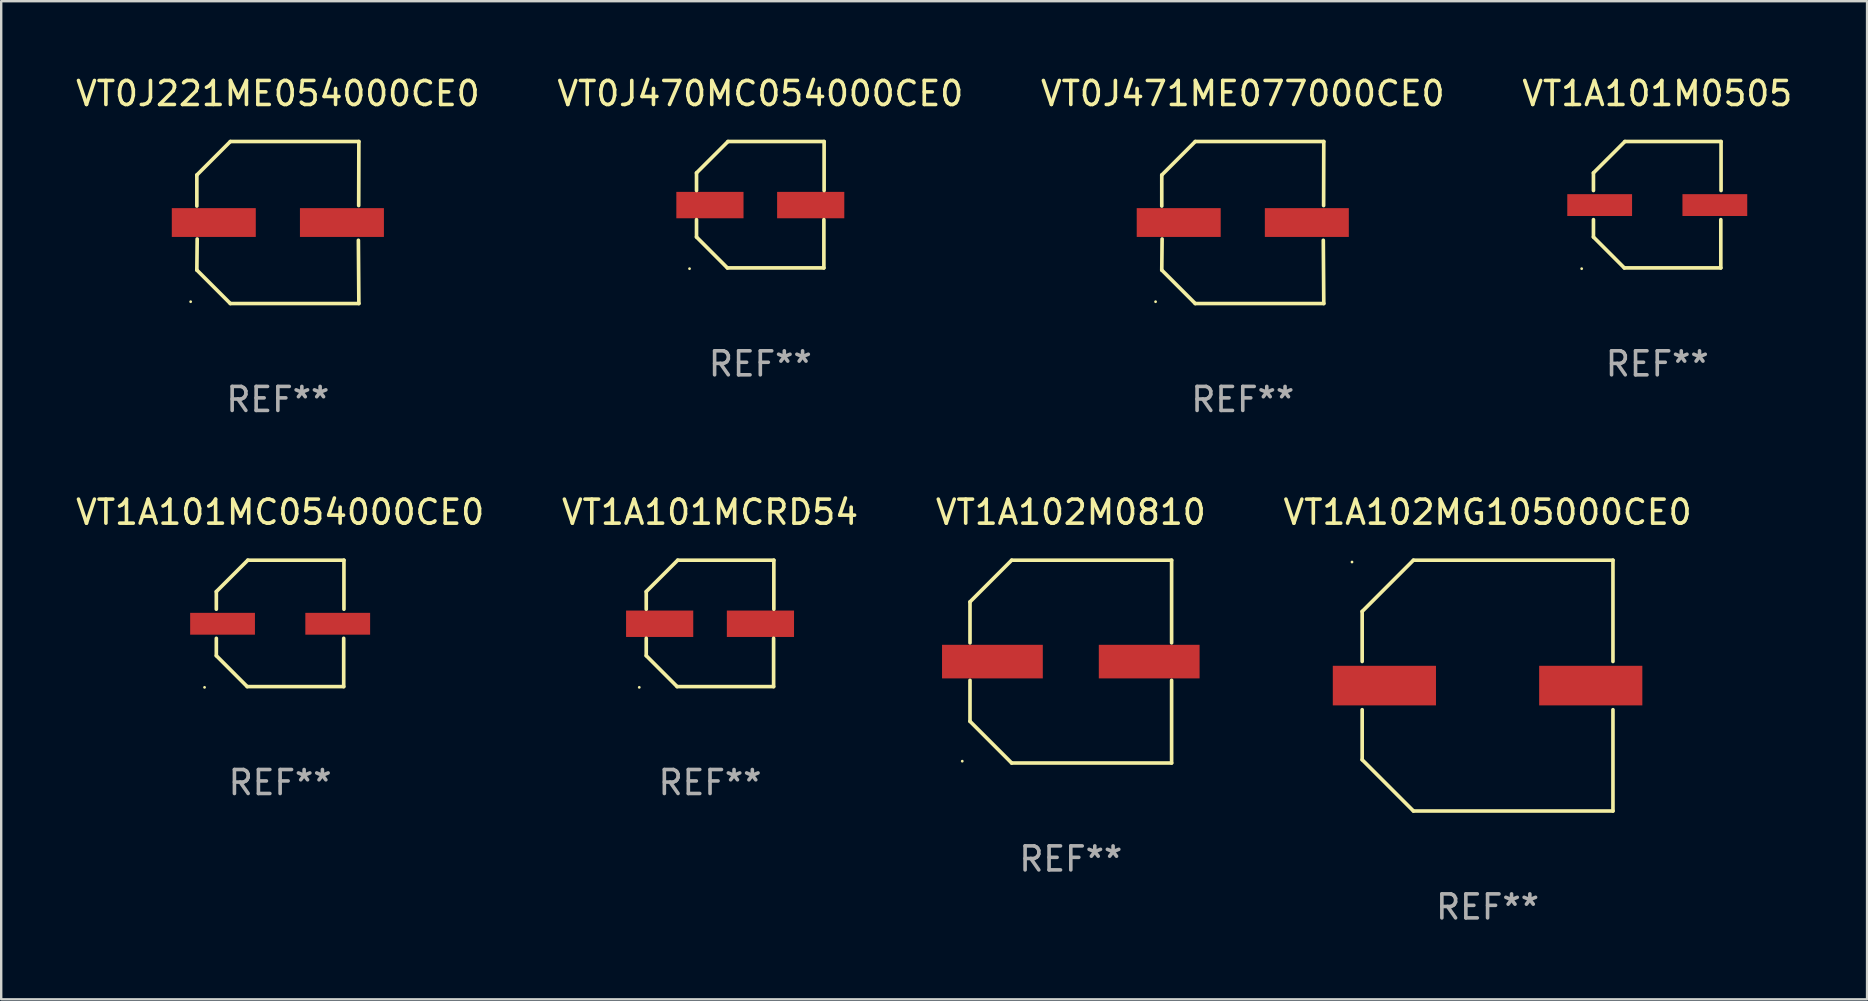
<source format=kicad_pcb>
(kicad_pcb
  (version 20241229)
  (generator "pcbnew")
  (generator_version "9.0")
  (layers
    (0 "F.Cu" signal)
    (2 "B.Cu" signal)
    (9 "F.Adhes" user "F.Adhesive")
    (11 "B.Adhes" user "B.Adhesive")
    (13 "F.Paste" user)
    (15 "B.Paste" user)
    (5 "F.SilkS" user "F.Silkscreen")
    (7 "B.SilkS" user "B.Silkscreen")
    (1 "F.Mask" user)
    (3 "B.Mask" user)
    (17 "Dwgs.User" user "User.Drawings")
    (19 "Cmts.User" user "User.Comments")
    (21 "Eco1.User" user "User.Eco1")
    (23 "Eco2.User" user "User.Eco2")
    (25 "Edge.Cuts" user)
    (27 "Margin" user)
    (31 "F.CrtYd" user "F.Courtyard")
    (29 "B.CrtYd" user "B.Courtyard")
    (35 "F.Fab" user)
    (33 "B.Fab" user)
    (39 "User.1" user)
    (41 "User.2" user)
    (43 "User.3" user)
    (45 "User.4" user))
  (footprint "VT1A102MG105000CE0"
    (layer "F.Cu")
    (at 58.946 25.523)
    (property "Reference" "VT1A102MG105000CE0" (at 0 -7.226 0) (layer "F.SilkS") (effects (font (size 1 1) (thickness 0.15))))
    (attr through_hole)
    (fp_line (start -5.226 -3.09) (end -5.226 -1.005) (stroke (width 0.152) (type solid)) (layer "F.SilkS"))
    (fp_line (start -5.226 1.005) (end -5.226 3.09) (stroke (width 0.152) (type solid)) (layer "F.SilkS"))
    (fp_line (start -3.09 -5.226) (end -5.226 -3.09) (stroke (width 0.152) (type solid)) (layer "F.SilkS"))
    (fp_line (start -3.09 5.226) (end -5.226 3.09) (stroke (width 0.152) (type solid)) (layer "F.SilkS"))
    (fp_line (start 5.226 -5.226) (end -3.09 -5.226) (stroke (width 0.152) (type solid)) (layer "F.SilkS"))
    (fp_line (start 5.226 -1.005) (end 5.226 -5.226) (stroke (width 0.152) (type solid)) (layer "F.SilkS"))
    (fp_line (start 5.226 5.226) (end -3.09 5.226) (stroke (width 0.152) (type solid)) (layer "F.SilkS"))
    (fp_line (start 5.226 5.226) (end 5.226 1.005) (stroke (width 0.152) (type solid)) (layer "F.SilkS"))
    (fp_circle (center -5.65 -5.15) (end -5.62 -5.15) (stroke (width 0.06) (type solid)) (fill no) (layer "F.SilkS"))
    (fp_text user "REF**" (at 0 9.226 0) (layer "F.Fab") (effects (font (size 1 1) (thickness 0.15))))
    (pad "1" smd rect (at -4.3 -0.000102) (size 4.3 1.65) (layers "F.Cu" "F.Mask" "F.Paste"))
    (pad "2" smd rect (at 4.3 -0.000102) (size 4.3 1.65) (layers "F.Cu" "F.Mask" "F.Paste")))
  (footprint "VT1A102M0810"
    (layer "F.Cu")
    (at 41.577 24.523)
    (property "Reference" "VT1A102M0810" (at 0 -6.226 0) (layer "F.SilkS") (effects (font (size 1 1) (thickness 0.15))))
    (attr through_hole)
    (fp_line (start -4.201 -2.49) (end -4.201 -0.782) (stroke (width 0.152) (type solid)) (layer "F.SilkS"))
    (fp_line (start -4.201 2.49) (end -4.201 0.782) (stroke (width 0.152) (type solid)) (layer "F.SilkS"))
    (fp_line (start -2.465 -4.226) (end -4.201 -2.49) (stroke (width 0.152) (type solid)) (layer "F.SilkS"))
    (fp_line (start -2.465 4.226) (end -4.201 2.49) (stroke (width 0.152) (type solid)) (layer "F.SilkS"))
    (fp_line (start 4.201 -4.226) (end -2.465 -4.226) (stroke (width 0.152) (type solid)) (layer "F.SilkS"))
    (fp_line (start 4.201 -0.782) (end 4.201 -4.226) (stroke (width 0.152) (type solid)) (layer "F.SilkS"))
    (fp_line (start 4.201 0.782) (end 4.201 4.226) (stroke (width 0.152) (type solid)) (layer "F.SilkS"))
    (fp_line (start 4.201 4.226) (end -2.465 4.226) (stroke (width 0.152) (type solid)) (layer "F.SilkS"))
    (fp_circle (center -4.524 4.15) (end -4.494 4.15) (stroke (width 0.06) (type solid)) (fill no) (layer "F.SilkS"))
    (fp_text user "REF**" (at 0 8.226 0) (layer "F.Fab") (effects (font (size 1 1) (thickness 0.15))))
    (pad "1" smd rect (at -3.267 0) (size 4.2 1.4) (layers "F.Cu" "F.Mask" "F.Paste"))
    (pad "2" smd rect (at 3.267 0) (size 4.2 1.4) (layers "F.Cu" "F.Mask" "F.Paste")))
  (footprint "VT1A101MC054000CE0"
    (layer "F.Cu")
    (at 8.625 22.931)
    (property "Reference" "VT1A101MC054000CE0" (at 0 -4.634 0) (layer "F.SilkS") (effects (font (size 1 1) (thickness 0.15))))
    (attr through_hole)
    (fp_line (start -2.659 -1.326) (end -2.659 -0.592) (stroke (width 0.152) (type solid)) (layer "F.SilkS"))
    (fp_line (start -2.659 1.346) (end -2.659 0.622) (stroke (width 0.152) (type solid)) (layer "F.SilkS"))
    (fp_line (start -1.372 2.634) (end -2.659 1.346) (stroke (width 0.152) (type solid)) (layer "F.SilkS"))
    (fp_line (start -1.349 -2.634) (end -2.659 -1.326) (stroke (width 0.152) (type solid)) (layer "F.SilkS"))
    (fp_line (start 2.649 0.622) (end 2.649 2.634) (stroke (width 0.152) (type solid)) (layer "F.SilkS"))
    (fp_line (start 2.649 2.634) (end -1.372 2.634) (stroke (width 0.152) (type solid)) (layer "F.SilkS"))
    (fp_line (start 2.659 -2.634) (end -1.349 -2.634) (stroke (width 0.152) (type solid)) (layer "F.SilkS"))
    (fp_line (start 2.659 -0.592) (end 2.659 -2.634) (stroke (width 0.152) (type solid)) (layer "F.SilkS"))
    (fp_circle (center -3.15 2.665) (end -3.12 2.665) (stroke (width 0.06) (type solid)) (fill no) (layer "F.SilkS"))
    (fp_text user "REF**" (at 0 6.634 0) (layer "F.Fab") (effects (font (size 1 1) (thickness 0.15))))
    (pad "1" smd rect (at -2.4 0.015) (size 2.7 0.91) (layers "F.Cu" "F.Mask" "F.Paste"))
    (pad "2" smd rect (at 2.4 0.015) (size 2.7 0.91) (layers "F.Cu" "F.Mask" "F.Paste")))
  (footprint "VT1A101M0505"
    (layer "F.Cu")
    (at 66.018 5.482)
    (property "Reference" "VT1A101M0505" (at 0 -4.634 0) (layer "F.SilkS") (effects (font (size 1 1) (thickness 0.15))))
    (attr through_hole)
    (fp_line (start -2.659 -1.326) (end -2.659 -0.592) (stroke (width 0.152) (type solid)) (layer "F.SilkS"))
    (fp_line (start -2.659 1.346) (end -2.659 0.622) (stroke (width 0.152) (type solid)) (layer "F.SilkS"))
    (fp_line (start -1.372 2.634) (end -2.659 1.346) (stroke (width 0.152) (type solid)) (layer "F.SilkS"))
    (fp_line (start -1.349 -2.634) (end -2.659 -1.326) (stroke (width 0.152) (type solid)) (layer "F.SilkS"))
    (fp_line (start 2.649 0.622) (end 2.649 2.634) (stroke (width 0.152) (type solid)) (layer "F.SilkS"))
    (fp_line (start 2.649 2.634) (end -1.372 2.634) (stroke (width 0.152) (type solid)) (layer "F.SilkS"))
    (fp_line (start 2.659 -2.634) (end -1.349 -2.634) (stroke (width 0.152) (type solid)) (layer "F.SilkS"))
    (fp_line (start 2.659 -0.592) (end 2.659 -2.634) (stroke (width 0.152) (type solid)) (layer "F.SilkS"))
    (fp_circle (center -3.15 2.665) (end -3.12 2.665) (stroke (width 0.06) (type solid)) (fill no) (layer "F.SilkS"))
    (fp_text user "REF**" (at 0 6.634 0) (layer "F.Fab") (effects (font (size 1 1) (thickness 0.15))))
    (pad "1" smd rect (at -2.4 0.015) (size 2.7 0.91) (layers "F.Cu" "F.Mask" "F.Paste"))
    (pad "2" smd rect (at 2.4 0.015) (size 2.7 0.91) (layers "F.Cu" "F.Mask" "F.Paste")))
  (footprint "VT0J471ME077000CE0"
    (layer "F.Cu")
    (at 48.744 6.224)
    (property "Reference" "VT0J471ME077000CE0" (at 0 -5.376 0) (layer "F.SilkS") (effects (font (size 1 1) (thickness 0.15))))
    (attr through_hole)
    (fp_line (start -3.376 -1.98) (end -3.376 -0.686) (stroke (width 0.152) (type solid)) (layer "F.SilkS"))
    (fp_line (start -3.376 1.981) (end -3.362 0.686) (stroke (width 0.152) (type solid)) (layer "F.SilkS"))
    (fp_line (start -1.981 3.376) (end -3.376 1.981) (stroke (width 0.152) (type solid)) (layer "F.SilkS"))
    (fp_line (start -1.98 -3.376) (end -3.376 -1.98) (stroke (width 0.152) (type solid)) (layer "F.SilkS"))
    (fp_line (start 3.356 0.74) (end 3.376 3.376) (stroke (width 0.152) (type solid)) (layer "F.SilkS"))
    (fp_line (start 3.369 -0.707) (end 3.376 -3.376) (stroke (width 0.152) (type solid)) (layer "F.SilkS"))
    (fp_line (start 3.376 3.376) (end -1.981 3.376) (stroke (width 0.152) (type solid)) (layer "F.SilkS"))
    (fp_line (start 3.376 -3.376) (end -1.98 -3.376) (stroke (width 0.152) (type solid)) (layer "F.SilkS"))
    (fp_circle (center -3.634 3.3) (end -3.604 3.3) (stroke (width 0.06) (type solid)) (fill no) (layer "F.SilkS"))
    (fp_text user "REF**" (at 0 7.376 0) (layer "F.Fab") (effects (font (size 1 1) (thickness 0.15))))
    (pad "1" smd rect (at -2.67 0.000254) (size 3.5 1.2) (layers "F.Cu" "F.Mask" "F.Paste"))
    (pad "2" smd rect (at 2.67 0.000254) (size 3.5 1.2) (layers "F.Cu" "F.Mask" "F.Paste")))
  (footprint "VT0J221ME054000CE0"
    (layer "F.Cu")
    (at 8.53 6.224)
    (property "Reference" "VT0J221ME054000CE0" (at 0 -5.376 0) (layer "F.SilkS") (effects (font (size 1 1) (thickness 0.15))))
    (attr through_hole)
    (fp_line (start -3.376 -1.98) (end -3.376 -0.686) (stroke (width 0.152) (type solid)) (layer "F.SilkS"))
    (fp_line (start -3.376 1.981) (end -3.362 0.686) (stroke (width 0.152) (type solid)) (layer "F.SilkS"))
    (fp_line (start -1.981 3.376) (end -3.376 1.981) (stroke (width 0.152) (type solid)) (layer "F.SilkS"))
    (fp_line (start -1.98 -3.376) (end -3.376 -1.98) (stroke (width 0.152) (type solid)) (layer "F.SilkS"))
    (fp_line (start 3.356 0.74) (end 3.376 3.376) (stroke (width 0.152) (type solid)) (layer "F.SilkS"))
    (fp_line (start 3.369 -0.707) (end 3.376 -3.376) (stroke (width 0.152) (type solid)) (layer "F.SilkS"))
    (fp_line (start 3.376 3.376) (end -1.981 3.376) (stroke (width 0.152) (type solid)) (layer "F.SilkS"))
    (fp_line (start 3.376 -3.376) (end -1.98 -3.376) (stroke (width 0.152) (type solid)) (layer "F.SilkS"))
    (fp_circle (center -3.634 3.3) (end -3.604 3.3) (stroke (width 0.06) (type solid)) (fill no) (layer "F.SilkS"))
    (fp_text user "REF**" (at 0 7.376 0) (layer "F.Fab") (effects (font (size 1 1) (thickness 0.15))))
    (pad "1" smd rect (at -2.67 0.000254) (size 3.5 1.2) (layers "F.Cu" "F.Mask" "F.Paste"))
    (pad "2" smd rect (at 2.67 0.000254) (size 3.5 1.2) (layers "F.Cu" "F.Mask" "F.Paste")))
  (footprint "VT0J470MC054000CE0"
    (layer "F.Cu")
    (at 28.637 5.482)
    (property "Reference" "VT0J470MC054000CE0" (at 0 -4.634 0) (layer "F.SilkS") (effects (font (size 1 1) (thickness 0.15))))
    (attr through_hole)
    (fp_line (start -2.659 -1.326) (end -2.659 -0.592) (stroke (width 0.152) (type solid)) (layer "F.SilkS"))
    (fp_line (start -2.659 1.346) (end -2.659 0.622) (stroke (width 0.152) (type solid)) (layer "F.SilkS"))
    (fp_line (start -1.372 2.634) (end -2.659 1.346) (stroke (width 0.152) (type solid)) (layer "F.SilkS"))
    (fp_line (start -1.349 -2.634) (end -2.659 -1.326) (stroke (width 0.152) (type solid)) (layer "F.SilkS"))
    (fp_line (start 2.649 0.622) (end 2.649 2.634) (stroke (width 0.152) (type solid)) (layer "F.SilkS"))
    (fp_line (start 2.649 2.634) (end -1.372 2.634) (stroke (width 0.152) (type solid)) (layer "F.SilkS"))
    (fp_line (start 2.659 -2.634) (end -1.349 -2.634) (stroke (width 0.152) (type solid)) (layer "F.SilkS"))
    (fp_line (start 2.659 -0.592) (end 2.659 -2.634) (stroke (width 0.152) (type solid)) (layer "F.SilkS"))
    (fp_circle (center -2.95 2.665) (end -2.92 2.665) (stroke (width 0.06) (type solid)) (fill no) (layer "F.SilkS"))
    (fp_text user "REF**" (at 0 6.634 0) (layer "F.Fab") (effects (font (size 1 1) (thickness 0.15))))
    (pad "1" smd rect (at -2.1 0.015) (size 2.8 1.1) (layers "F.Cu" "F.Mask" "F.Paste"))
    (pad "2" smd rect (at 2.1 0.015) (size 2.8 1.1) (layers "F.Cu" "F.Mask" "F.Paste")))
  (footprint "VT1A101MCRD54"
    (layer "F.Cu")
    (at 26.542 22.931)
    (property "Reference" "VT1A101MCRD54" (at 0 -4.634 0) (layer "F.SilkS") (effects (font (size 1 1) (thickness 0.15))))
    (attr through_hole)
    (fp_line (start -2.659 -1.326) (end -2.659 -0.592) (stroke (width 0.152) (type solid)) (layer "F.SilkS"))
    (fp_line (start -2.659 1.346) (end -2.659 0.622) (stroke (width 0.152) (type solid)) (layer "F.SilkS"))
    (fp_line (start -1.372 2.634) (end -2.659 1.346) (stroke (width 0.152) (type solid)) (layer "F.SilkS"))
    (fp_line (start -1.349 -2.634) (end -2.659 -1.326) (stroke (width 0.152) (type solid)) (layer "F.SilkS"))
    (fp_line (start 2.649 0.622) (end 2.649 2.634) (stroke (width 0.152) (type solid)) (layer "F.SilkS"))
    (fp_line (start 2.649 2.634) (end -1.372 2.634) (stroke (width 0.152) (type solid)) (layer "F.SilkS"))
    (fp_line (start 2.659 -2.634) (end -1.349 -2.634) (stroke (width 0.152) (type solid)) (layer "F.SilkS"))
    (fp_line (start 2.659 -0.592) (end 2.659 -2.634) (stroke (width 0.152) (type solid)) (layer "F.SilkS"))
    (fp_circle (center -2.95 2.665) (end -2.92 2.665) (stroke (width 0.06) (type solid)) (fill no) (layer "F.SilkS"))
    (fp_text user "REF**" (at 0 6.634 0) (layer "F.Fab") (effects (font (size 1 1) (thickness 0.15))))
    (pad "1" smd rect (at -2.1 0.015) (size 2.8 1.1) (layers "F.Cu" "F.Mask" "F.Paste"))
    (pad "2" smd rect (at 2.1 0.015) (size 2.8 1.1) (layers "F.Cu" "F.Mask" "F.Paste")))
  (gr_rect
    (start -3 -3)
    (end 74.762 38.597)
    (stroke (width 0.1) (type default))
    (fill no)
    (layer "Edge.Cuts")))
</source>
